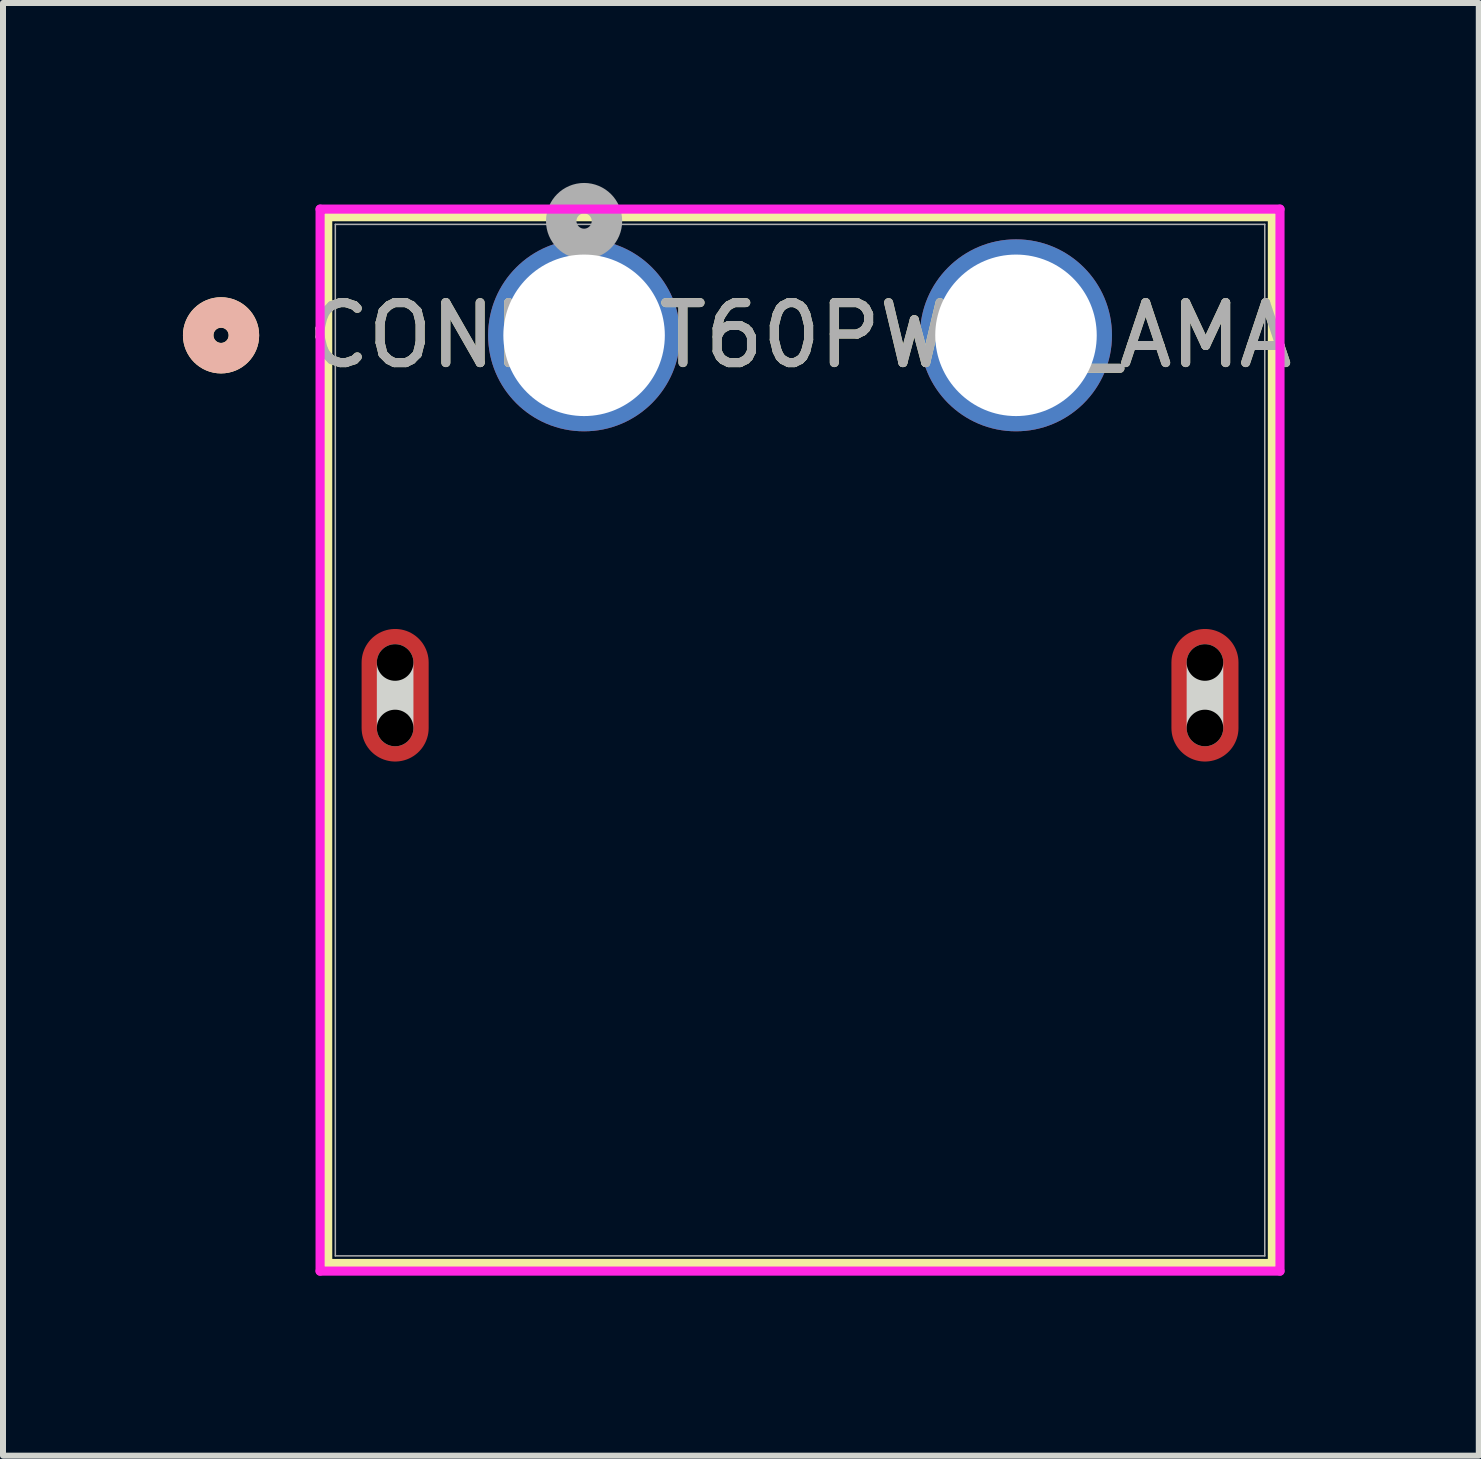
<source format=kicad_pcb>
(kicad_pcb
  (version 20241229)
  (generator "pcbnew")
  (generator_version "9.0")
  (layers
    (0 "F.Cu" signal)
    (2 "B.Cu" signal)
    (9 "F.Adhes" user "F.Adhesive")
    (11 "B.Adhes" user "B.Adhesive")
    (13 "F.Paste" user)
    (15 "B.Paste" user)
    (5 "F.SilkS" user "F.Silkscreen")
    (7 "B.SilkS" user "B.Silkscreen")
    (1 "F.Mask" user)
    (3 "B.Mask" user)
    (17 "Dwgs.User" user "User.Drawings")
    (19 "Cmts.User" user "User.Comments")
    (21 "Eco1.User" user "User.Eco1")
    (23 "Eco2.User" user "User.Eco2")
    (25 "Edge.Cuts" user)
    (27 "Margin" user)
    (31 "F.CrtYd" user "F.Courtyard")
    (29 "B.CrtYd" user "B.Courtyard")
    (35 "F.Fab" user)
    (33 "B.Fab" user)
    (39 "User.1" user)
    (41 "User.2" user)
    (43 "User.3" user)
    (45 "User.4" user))
  (footprint "CONN_XT60PW-F_AMA"
    (layer "F.Cu")
    (at 6.687 2.54)
    (property "Reference" "CONN_XT60PW-F_AMA" (at 3.6 0 0) (unlocked yes) (layer "F.SilkS") (effects (font (size 1 1) (thickness 0.15))))
    (fp_line (start -4.274 -1.977) (end -4.274 15.473) (stroke (width 0.152) (type solid)) (layer "F.SilkS"))
    (fp_line (start -4.274 15.473) (end 11.474 15.473) (stroke (width 0.152) (type solid)) (layer "F.SilkS"))
    (fp_line (start 11.474 -1.977) (end -4.274 -1.977) (stroke (width 0.152) (type solid)) (layer "F.SilkS"))
    (fp_line (start 11.474 15.473) (end 11.474 -1.977) (stroke (width 0.152) (type solid)) (layer "F.SilkS"))
    (fp_circle (center -6.052 0) (end -5.671 0) (stroke (width 0.508) (type solid)) (fill no) (layer "F.SilkS"))
    (fp_circle (center -6.052 0) (end -5.671 0) (stroke (width 0.508) (type solid)) (fill no) (layer "B.SilkS"))
    (fp_line (start -3.15 6.546) (end -3.15 5.454) (stroke (width 0.61) (type solid)) (layer "Edge.Cuts"))
    (fp_line (start 10.35 6.546) (end 10.35 5.454) (stroke (width 0.61) (type solid)) (layer "Edge.Cuts"))
    (fp_line (start -4.401 -2.104) (end -4.401 15.6) (stroke (width 0.152) (type solid)) (layer "F.CrtYd"))
    (fp_line (start -4.401 15.6) (end 11.601 15.6) (stroke (width 0.152) (type solid)) (layer "F.CrtYd"))
    (fp_line (start 11.601 -2.104) (end -4.401 -2.104) (stroke (width 0.152) (type solid)) (layer "F.CrtYd"))
    (fp_line (start 11.601 15.6) (end 11.601 -2.104) (stroke (width 0.152) (type solid)) (layer "F.CrtYd"))
    (fp_line (start -4.147 -1.85) (end -4.147 15.346) (stroke (width 0.025) (type solid)) (layer "F.Fab"))
    (fp_line (start -4.147 15.346) (end 11.347 15.346) (stroke (width 0.025) (type solid)) (layer "F.Fab"))
    (fp_line (start 11.347 -1.85) (end -4.147 -1.85) (stroke (width 0.025) (type solid)) (layer "F.Fab"))
    (fp_line (start 11.347 15.346) (end 11.347 -1.85) (stroke (width 0.025) (type solid)) (layer "F.Fab"))
    (fp_circle (center 0 -1.905) (end 0.381 -1.905) (stroke (width 0.508) (type solid)) (fill no) (layer "F.Fab"))
    (fp_text user "${REFERENCE}" (at 3.6 0 0) (unlocked yes) (layer "F.Fab") (effects (font (size 1 1) (thickness 0.15))))
    (pad "" np_thru_hole circle (at -3.15 5.454) (size 0.61 0.61) (drill 0.61) (layers))
    (pad "" np_thru_hole circle (at -3.15 6.546) (size 0.61 0.61) (drill 0.61) (layers))
    (pad "" np_thru_hole circle (at 10.35 5.454) (size 0.61 0.61) (drill 0.61) (layers))
    (pad "" np_thru_hole circle (at 10.35 6.546) (size 0.61 0.61) (drill 0.61) (layers))
    (pad "1" thru_hole circle (at 0 0) (size 3.2 3.2) (drill 2.692) (layers "*.Cu" "*.Mask"))
    (pad "2" thru_hole circle (at 7.2 0) (size 3.2 3.2) (drill 2.692) (layers "*.Cu" "*.Mask"))
    (pad "3" smd oval (at -3.15 6) (size 1.118 2.21) (layers "F.Cu" "F.Mask" "F.Paste"))
    (pad "4" smd oval (at 10.35 6) (size 1.118 2.21) (layers "F.Cu" "F.Mask" "F.Paste")))
  (gr_rect
    (start -3 -3)
    (end 21.602 21.216)
    (stroke (width 0.1) (type default))
    (fill no)
    (layer "Edge.Cuts")))
</source>
